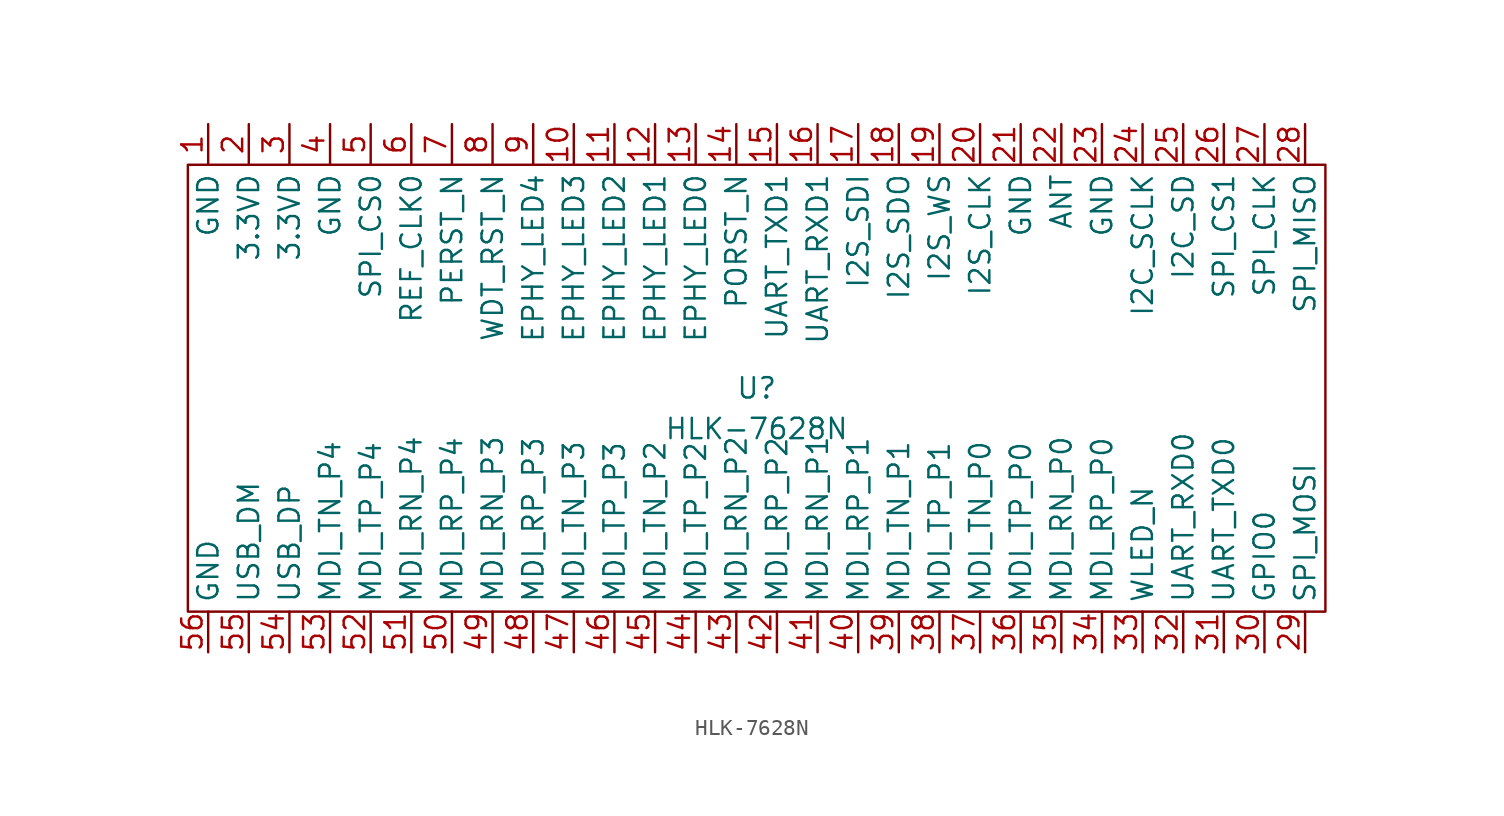
<source format=kicad_sym>
(kicad_symbol_lib
  (version 20231001)
  (symbol "HLK-7628N"
    (property "Reference" "U"
      (at 0 0 0)
      (effects (font (size 1.27 1.27))))
    (property "Value" "HLK-7628N"
      (at 0 -2.54 0)
      (effects (font (size 1.27 1.27))))
    (symbol "HLK-7628N_1_1"
      (rectangle (start -35.56 -13.97) (end 35.56 13.97))
      (pin power_in line (at -34.29 16.51 270) (length 2.54) (name "GND" (effects (font (size 1.27 1.27)))) (number "1" (effects (font (size 1.27 1.27)))))
      (pin power_in line (at -31.75 16.51 270) (length 2.54) (name "3.3VD" (effects (font (size 1.27 1.27)))) (number "2" (effects (font (size 1.27 1.27)))))
      (pin power_in line (at -29.21 16.51 270) (length 2.54) (name "3.3VD" (effects (font (size 1.27 1.27)))) (number "3" (effects (font (size 1.27 1.27)))))
      (pin power_in line (at -26.67 16.51 270) (length 2.54) (name "GND" (effects (font (size 1.27 1.27)))) (number "4" (effects (font (size 1.27 1.27)))))
      (pin bidirectional line (at -24.13 16.51 270) (length 2.54) (name "SPI_CS0" (effects (font (size 1.27 1.27)))) (number "5" (effects (font (size 1.27 1.27)))))
      (pin bidirectional line (at -21.59 16.51 270) (length 2.54) (name "REF_CLK0" (effects (font (size 1.27 1.27)))) (number "6" (effects (font (size 1.27 1.27)))))
      (pin bidirectional line (at -19.05 16.51 270) (length 2.54) (name "PERST_N" (effects (font (size 1.27 1.27)))) (number "7" (effects (font (size 1.27 1.27)))))
      (pin bidirectional line (at -16.51 16.51 270) (length 2.54) (name "WDT_RST_N" (effects (font (size 1.27 1.27)))) (number "8" (effects (font (size 1.27 1.27)))))
      (pin bidirectional line (at -13.97 16.51 270) (length 2.54) (name "EPHY_LED4" (effects (font (size 1.27 1.27)))) (number "9" (effects (font (size 1.27 1.27)))))
      (pin bidirectional line (at -11.43 16.51 270) (length 2.54) (name "EPHY_LED3" (effects (font (size 1.27 1.27)))) (number "10" (effects (font (size 1.27 1.27)))))
      (pin bidirectional line (at -8.89 16.51 270) (length 2.54) (name "EPHY_LED2" (effects (font (size 1.27 1.27)))) (number "11" (effects (font (size 1.27 1.27)))))
      (pin bidirectional line (at -6.35 16.51 270) (length 2.54) (name "EPHY_LED1" (effects (font (size 1.27 1.27)))) (number "12" (effects (font (size 1.27 1.27)))))
      (pin bidirectional line (at -3.81 16.51 270) (length 2.54) (name "EPHY_LED0" (effects (font (size 1.27 1.27)))) (number "13" (effects (font (size 1.27 1.27)))))
      (pin bidirectional line (at -1.27 16.51 270) (length 2.54) (name "PORST_N" (effects (font (size 1.27 1.27)))) (number "14" (effects (font (size 1.27 1.27)))))
      (pin output line (at 1.27 16.51 270) (length 2.54) (name "UART_TXD1" (effects (font (size 1.27 1.27)))) (number "15" (effects (font (size 1.27 1.27)))))
      (pin input line (at 3.81 16.51 270) (length 2.54) (name "UART_RXD1" (effects (font (size 1.27 1.27)))) (number "16" (effects (font (size 1.27 1.27)))))
      (pin bidirectional line (at 6.35 16.51 270) (length 2.54) (name "I2S_SDI" (effects (font (size 1.27 1.27)))) (number "17" (effects (font (size 1.27 1.27)))))
      (pin bidirectional line (at 8.89 16.51 270) (length 2.54) (name "I2S_SDO" (effects (font (size 1.27 1.27)))) (number "18" (effects (font (size 1.27 1.27)))))
      (pin bidirectional line (at 11.43 16.51 270) (length 2.54) (name "I2S_WS" (effects (font (size 1.27 1.27)))) (number "19" (effects (font (size 1.27 1.27)))))
      (pin bidirectional line (at 13.97 16.51 270) (length 2.54) (name "I2S_CLK" (effects (font (size 1.27 1.27)))) (number "20" (effects (font (size 1.27 1.27)))))
      (pin power_in line (at 16.51 16.51 270) (length 2.54) (name "GND" (effects (font (size 1.27 1.27)))) (number "21" (effects (font (size 1.27 1.27)))))
      (pin power_in line (at 19.05 16.51 270) (length 2.54) (name "ANT" (effects (font (size 1.27 1.27)))) (number "22" (effects (font (size 1.27 1.27)))))
      (pin power_in line (at 21.59 16.51 270) (length 2.54) (name "GND" (effects (font (size 1.27 1.27)))) (number "23" (effects (font (size 1.27 1.27)))))
      (pin bidirectional line (at 24.13 16.51 270) (length 2.54) (name "I2C_SCLK" (effects (font (size 1.27 1.27)))) (number "24" (effects (font (size 1.27 1.27)))))
      (pin bidirectional line (at 26.67 16.51 270) (length 2.54) (name "I2C_SD" (effects (font (size 1.27 1.27)))) (number "25" (effects (font (size 1.27 1.27)))))
      (pin bidirectional line (at 29.21 16.51 270) (length 2.54) (name "SPI_CS1" (effects (font (size 1.27 1.27)))) (number "26" (effects (font (size 1.27 1.27)))))
      (pin bidirectional line (at 31.75 16.51 270) (length 2.54) (name "SPI_CLK" (effects (font (size 1.27 1.27)))) (number "27" (effects (font (size 1.27 1.27)))))
      (pin bidirectional line (at 34.29 16.51 270) (length 2.54) (name "SPI_MISO" (effects (font (size 1.27 1.27)))) (number "28" (effects (font (size 1.27 1.27)))))
      (pin bidirectional line (at 34.29 -16.51 90) (length 2.54) (name "SPI_MOSI" (effects (font (size 1.27 1.27)))) (number "29" (effects (font (size 1.27 1.27)))))
      (pin bidirectional line (at 31.75 -16.51 90) (length 2.54) (name "GPIO0" (effects (font (size 1.27 1.27)))) (number "30" (effects (font (size 1.27 1.27)))))
      (pin output line (at 29.21 -16.51 90) (length 2.54) (name "UART_TXD0" (effects (font (size 1.27 1.27)))) (number "31" (effects (font (size 1.27 1.27)))))
      (pin input line (at 26.67 -16.51 90) (length 2.54) (name "UART_RXD0" (effects (font (size 1.27 1.27)))) (number "32" (effects (font (size 1.27 1.27)))))
      (pin bidirectional line (at 24.13 -16.51 90) (length 2.54) (name "WLED_N" (effects (font (size 1.27 1.27)))) (number "33" (effects (font (size 1.27 1.27)))))
      (pin bidirectional line (at 21.59 -16.51 90) (length 2.54) (name "MDI_RP_P0" (effects (font (size 1.27 1.27)))) (number "34" (effects (font (size 1.27 1.27)))))
      (pin bidirectional line (at 19.05 -16.51 90) (length 2.54) (name "MDI_RN_P0" (effects (font (size 1.27 1.27)))) (number "35" (effects (font (size 1.27 1.27)))))
      (pin bidirectional line (at 16.51 -16.51 90) (length 2.54) (name "MDI_TP_P0" (effects (font (size 1.27 1.27)))) (number "36" (effects (font (size 1.27 1.27)))))
      (pin bidirectional line (at 13.97 -16.51 90) (length 2.54) (name "MDI_TN_P0" (effects (font (size 1.27 1.27)))) (number "37" (effects (font (size 1.27 1.27)))))
      (pin bidirectional line (at 11.43 -16.51 90) (length 2.54) (name "MDI_TP_P1" (effects (font (size 1.27 1.27)))) (number "38" (effects (font (size 1.27 1.27)))))
      (pin bidirectional line (at 8.89 -16.51 90) (length 2.54) (name "MDI_TN_P1" (effects (font (size 1.27 1.27)))) (number "39" (effects (font (size 1.27 1.27)))))
      (pin bidirectional line (at 6.35 -16.51 90) (length 2.54) (name "MDI_RP_P1" (effects (font (size 1.27 1.27)))) (number "40" (effects (font (size 1.27 1.27)))))
      (pin bidirectional line (at 3.81 -16.51 90) (length 2.54) (name "MDI_RN_P1" (effects (font (size 1.27 1.27)))) (number "41" (effects (font (size 1.27 1.27)))))
      (pin bidirectional line (at 1.27 -16.51 90) (length 2.54) (name "MDI_RP_P2" (effects (font (size 1.27 1.27)))) (number "42" (effects (font (size 1.27 1.27)))))
      (pin bidirectional line (at -1.27 -16.51 90) (length 2.54) (name "MDI_RN_P2" (effects (font (size 1.27 1.27)))) (number "43" (effects (font (size 1.27 1.27)))))
      (pin bidirectional line (at -3.81 -16.51 90) (length 2.54) (name "MDI_TP_P2" (effects (font (size 1.27 1.27)))) (number "44" (effects (font (size 1.27 1.27)))))
      (pin bidirectional line (at -6.35 -16.51 90) (length 2.54) (name "MDI_TN_P2" (effects (font (size 1.27 1.27)))) (number "45" (effects (font (size 1.27 1.27)))))
      (pin bidirectional line (at -8.89 -16.51 90) (length 2.54) (name "MDI_TP_P3" (effects (font (size 1.27 1.27)))) (number "46" (effects (font (size 1.27 1.27)))))
      (pin bidirectional line (at -11.43 -16.51 90) (length 2.54) (name "MDI_TN_P3" (effects (font (size 1.27 1.27)))) (number "47" (effects (font (size 1.27 1.27)))))
      (pin bidirectional line (at -13.97 -16.51 90) (length 2.54) (name "MDI_RP_P3" (effects (font (size 1.27 1.27)))) (number "48" (effects (font (size 1.27 1.27)))))
      (pin bidirectional line (at -16.51 -16.51 90) (length 2.54) (name "MDI_RN_P3" (effects (font (size 1.27 1.27)))) (number "49" (effects (font (size 1.27 1.27)))))
      (pin bidirectional line (at -19.05 -16.51 90) (length 2.54) (name "MDI_RP_P4" (effects (font (size 1.27 1.27)))) (number "50" (effects (font (size 1.27 1.27)))))
      (pin bidirectional line (at -21.59 -16.51 90) (length 2.54) (name "MDI_RN_P4" (effects (font (size 1.27 1.27)))) (number "51" (effects (font (size 1.27 1.27)))))
      (pin bidirectional line (at -24.13 -16.51 90) (length 2.54) (name "MDI_TP_P4" (effects (font (size 1.27 1.27)))) (number "52" (effects (font (size 1.27 1.27)))))
      (pin bidirectional line (at -26.67 -16.51 90) (length 2.54) (name "MDI_TN_P4" (effects (font (size 1.27 1.27)))) (number "53" (effects (font (size 1.27 1.27)))))
      (pin bidirectional line (at -29.21 -16.51 90) (length 2.54) (name "USB_DP" (effects (font (size 1.27 1.27)))) (number "54" (effects (font (size 1.27 1.27)))))
      (pin bidirectional line (at -31.75 -16.51 90) (length 2.54) (name "USB_DM" (effects (font (size 1.27 1.27)))) (number "55" (effects (font (size 1.27 1.27)))))
      (pin power_in line (at -34.29 -16.51 90) (length 2.54) (name "GND" (effects (font (size 1.27 1.27)))) (number "56" (effects (font (size 1.27 1.27))))))))
</source>
